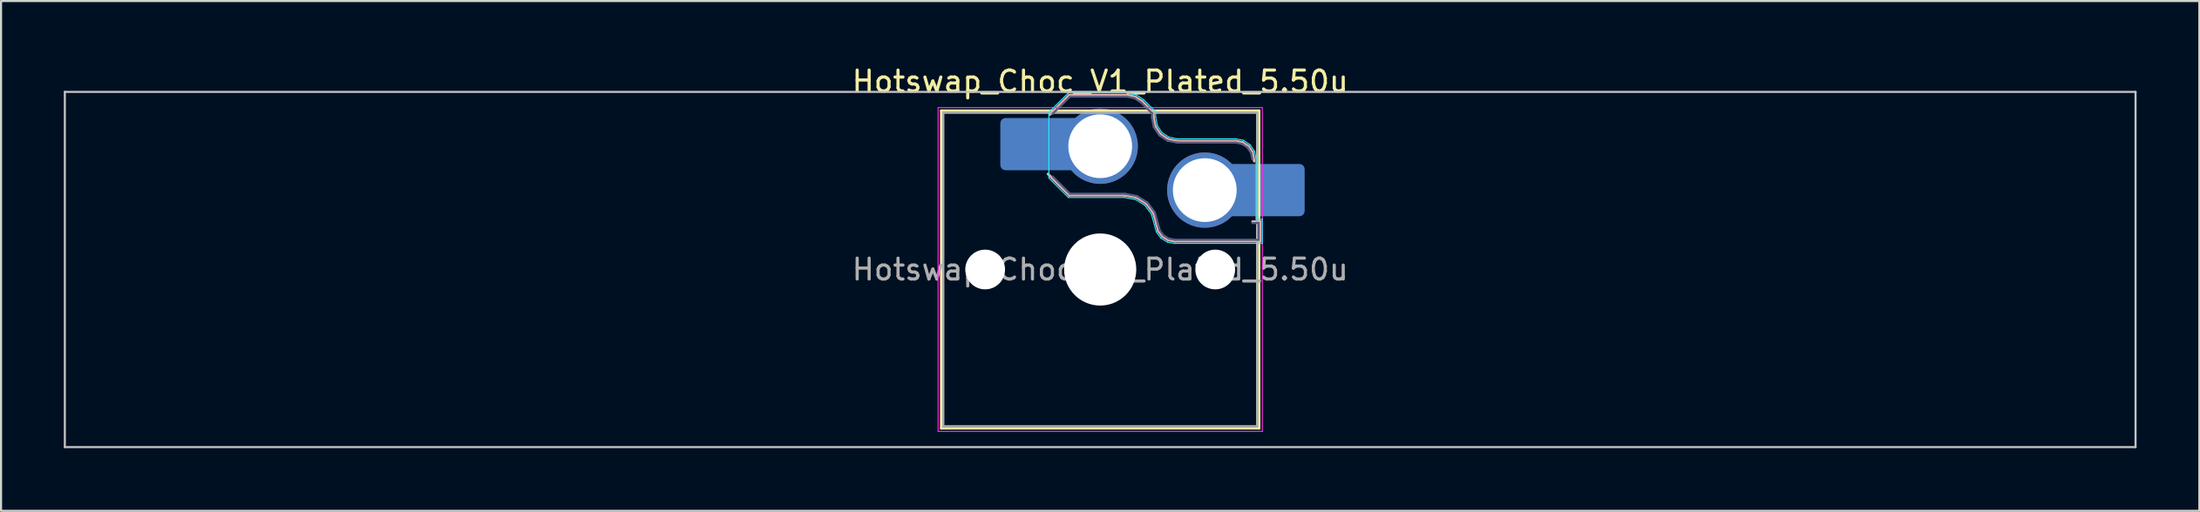
<source format=kicad_pcb>
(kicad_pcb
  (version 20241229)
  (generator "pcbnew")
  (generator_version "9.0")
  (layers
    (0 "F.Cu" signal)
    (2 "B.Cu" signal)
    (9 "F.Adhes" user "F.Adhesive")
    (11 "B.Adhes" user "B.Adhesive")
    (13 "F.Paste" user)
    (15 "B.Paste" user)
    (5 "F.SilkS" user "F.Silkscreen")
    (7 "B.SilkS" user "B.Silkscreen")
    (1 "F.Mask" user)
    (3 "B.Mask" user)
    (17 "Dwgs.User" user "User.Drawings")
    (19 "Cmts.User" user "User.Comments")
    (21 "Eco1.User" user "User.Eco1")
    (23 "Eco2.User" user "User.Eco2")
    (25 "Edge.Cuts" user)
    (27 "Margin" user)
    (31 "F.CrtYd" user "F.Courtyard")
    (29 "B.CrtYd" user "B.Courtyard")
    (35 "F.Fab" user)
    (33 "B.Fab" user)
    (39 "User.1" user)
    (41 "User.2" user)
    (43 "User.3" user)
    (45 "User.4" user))
  (footprint "Hotswap_Choc_V1_Plated_5.50u"
    (layer "F.Cu")
    (at 49.55 9.848)
    (property "Reference" "Hotswap_Choc_V1_Plated_5.50u" (at 0 -9 0) (layer "F.SilkS") (effects (font (size 1 1) (thickness 0.15))))
    (attr smd allow_soldermask_bridges)
    (fp_line (start -7.6 -7.6) (end -7.6 7.6) (stroke (width 0.12) (type solid)) (layer "F.SilkS"))
    (fp_line (start -7.6 7.6) (end 7.6 7.6) (stroke (width 0.12) (type solid)) (layer "F.SilkS"))
    (fp_line (start 7.6 -7.6) (end -7.6 -7.6) (stroke (width 0.12) (type solid)) (layer "F.SilkS"))
    (fp_line (start 7.6 7.6) (end 7.6 -7.6) (stroke (width 0.12) (type solid)) (layer "F.SilkS"))
    (fp_line (start -2.416 -7.409) (end -1.479 -8.346) (stroke (width 0.12) (type solid)) (layer "B.SilkS"))
    (fp_line (start -1.479 -8.346) (end 1.268 -8.346) (stroke (width 0.12) (type solid)) (layer "B.SilkS"))
    (fp_line (start -1.479 -3.554) (end -2.5 -4.575) (stroke (width 0.12) (type solid)) (layer "B.SilkS"))
    (fp_line (start 1.168 -3.554) (end -1.479 -3.554) (stroke (width 0.12) (type solid)) (layer "B.SilkS"))
    (fp_line (start 1.268 -8.346) (end 1.671 -8.266) (stroke (width 0.12) (type solid)) (layer "B.SilkS"))
    (fp_line (start 1.671 -8.266) (end 2.013 -8.037) (stroke (width 0.12) (type solid)) (layer "B.SilkS"))
    (fp_line (start 1.73 -3.449) (end 1.168 -3.554) (stroke (width 0.12) (type solid)) (layer "B.SilkS"))
    (fp_line (start 2.013 -8.037) (end 2.546 -7.504) (stroke (width 0.12) (type solid)) (layer "B.SilkS"))
    (fp_line (start 2.209 -3.15) (end 1.73 -3.449) (stroke (width 0.12) (type solid)) (layer "B.SilkS"))
    (fp_line (start 2.546 -7.504) (end 2.546 -7.282) (stroke (width 0.12) (type solid)) (layer "B.SilkS"))
    (fp_line (start 2.546 -7.282) (end 2.633 -6.844) (stroke (width 0.12) (type solid)) (layer "B.SilkS"))
    (fp_line (start 2.547 -2.697) (end 2.209 -3.15) (stroke (width 0.12) (type solid)) (layer "B.SilkS"))
    (fp_line (start 2.633 -6.844) (end 2.877 -6.477) (stroke (width 0.12) (type solid)) (layer "B.SilkS"))
    (fp_line (start 2.701 -2.139) (end 2.547 -2.697) (stroke (width 0.12) (type solid)) (layer "B.SilkS"))
    (fp_line (start 2.783 -1.841) (end 2.701 -2.139) (stroke (width 0.12) (type solid)) (layer "B.SilkS"))
    (fp_line (start 2.877 -6.477) (end 3.244 -6.233) (stroke (width 0.12) (type solid)) (layer "B.SilkS"))
    (fp_line (start 2.976 -1.583) (end 2.783 -1.841) (stroke (width 0.12) (type solid)) (layer "B.SilkS"))
    (fp_line (start 3.244 -6.233) (end 3.682 -6.146) (stroke (width 0.12) (type solid)) (layer "B.SilkS"))
    (fp_line (start 3.25 -1.413) (end 2.976 -1.583) (stroke (width 0.12) (type solid)) (layer "B.SilkS"))
    (fp_line (start 3.56 -1.354) (end 3.25 -1.413) (stroke (width 0.12) (type solid)) (layer "B.SilkS"))
    (fp_line (start 3.682 -6.146) (end 6.482 -6.146) (stroke (width 0.12) (type solid)) (layer "B.SilkS"))
    (fp_line (start 6.482 -6.146) (end 6.809 -6.081) (stroke (width 0.12) (type solid)) (layer "B.SilkS"))
    (fp_line (start 6.809 -6.081) (end 7.092 -5.892) (stroke (width 0.12) (type solid)) (layer "B.SilkS"))
    (fp_line (start 7.092 -5.892) (end 7.281 -5.609) (stroke (width 0.12) (type solid)) (layer "B.SilkS"))
    (fp_line (start 7.281 -5.609) (end 7.366 -5.182) (stroke (width 0.12) (type solid)) (layer "B.SilkS"))
    (fp_line (start 7.283 -2.296) (end 7.646 -2.296) (stroke (width 0.12) (type solid)) (layer "B.SilkS"))
    (fp_line (start 7.646 -2.296) (end 7.646 -1.354) (stroke (width 0.12) (type solid)) (layer "B.SilkS"))
    (fp_line (start 7.646 -1.354) (end 3.56 -1.354) (stroke (width 0.12) (type solid)) (layer "B.SilkS"))
    (fp_line (start -49.5 -8.5) (end -49.5 8.5) (stroke (width 0.1) (type solid)) (layer "Dwgs.User"))
    (fp_line (start -49.5 8.5) (end 49.5 8.5) (stroke (width 0.1) (type solid)) (layer "Dwgs.User"))
    (fp_line (start 49.5 -8.5) (end -49.5 -8.5) (stroke (width 0.1) (type solid)) (layer "Dwgs.User"))
    (fp_line (start 49.5 8.5) (end 49.5 -8.5) (stroke (width 0.1) (type solid)) (layer "Dwgs.User"))
    (fp_line (start -7.25 -7.25) (end -7.25 7.25) (stroke (width 0.1) (type solid)) (layer "Eco1.User"))
    (fp_line (start -7.25 7.25) (end 7.25 7.25) (stroke (width 0.1) (type solid)) (layer "Eco1.User"))
    (fp_line (start 7.25 -7.25) (end -7.25 -7.25) (stroke (width 0.1) (type solid)) (layer "Eco1.User"))
    (fp_line (start 7.25 7.25) (end 7.25 -7.25) (stroke (width 0.1) (type solid)) (layer "Eco1.User"))
    (fp_line (start -2.452 -7.523) (end -1.523 -8.452) (stroke (width 0.05) (type solid)) (layer "B.CrtYd"))
    (fp_line (start -2.452 -4.377) (end -2.452 -7.523) (stroke (width 0.05) (type solid)) (layer "B.CrtYd"))
    (fp_line (start -1.523 -8.452) (end 1.278 -8.452) (stroke (width 0.05) (type solid)) (layer "B.CrtYd"))
    (fp_line (start -1.523 -3.448) (end -2.452 -4.377) (stroke (width 0.05) (type solid)) (layer "B.CrtYd"))
    (fp_line (start 1.159 -3.448) (end -1.523 -3.448) (stroke (width 0.05) (type solid)) (layer "B.CrtYd"))
    (fp_line (start 1.278 -8.452) (end 1.712 -8.366) (stroke (width 0.05) (type solid)) (layer "B.CrtYd"))
    (fp_line (start 1.691 -3.348) (end 1.159 -3.448) (stroke (width 0.05) (type solid)) (layer "B.CrtYd"))
    (fp_line (start 1.712 -8.366) (end 2.081 -8.119) (stroke (width 0.05) (type solid)) (layer "B.CrtYd"))
    (fp_line (start 2.081 -8.119) (end 2.652 -7.548) (stroke (width 0.05) (type solid)) (layer "B.CrtYd"))
    (fp_line (start 2.136 -3.071) (end 1.691 -3.348) (stroke (width 0.05) (type solid)) (layer "B.CrtYd"))
    (fp_line (start 2.45 -2.65) (end 2.136 -3.071) (stroke (width 0.05) (type solid)) (layer "B.CrtYd"))
    (fp_line (start 2.599 -2.111) (end 2.45 -2.65) (stroke (width 0.05) (type solid)) (layer "B.CrtYd"))
    (fp_line (start 2.652 -7.548) (end 2.652 -7.292) (stroke (width 0.05) (type solid)) (layer "B.CrtYd"))
    (fp_line (start 2.652 -7.292) (end 2.733 -6.885) (stroke (width 0.05) (type solid)) (layer "B.CrtYd"))
    (fp_line (start 2.687 -1.794) (end 2.599 -2.111) (stroke (width 0.05) (type solid)) (layer "B.CrtYd"))
    (fp_line (start 2.733 -6.885) (end 2.953 -6.553) (stroke (width 0.05) (type solid)) (layer "B.CrtYd"))
    (fp_line (start 2.903 -1.503) (end 2.687 -1.794) (stroke (width 0.05) (type solid)) (layer "B.CrtYd"))
    (fp_line (start 2.953 -6.553) (end 3.285 -6.333) (stroke (width 0.05) (type solid)) (layer "B.CrtYd"))
    (fp_line (start 3.211 -1.312) (end 2.903 -1.503) (stroke (width 0.05) (type solid)) (layer "B.CrtYd"))
    (fp_line (start 3.285 -6.333) (end 3.692 -6.252) (stroke (width 0.05) (type solid)) (layer "B.CrtYd"))
    (fp_line (start 3.55 -1.248) (end 3.211 -1.312) (stroke (width 0.05) (type solid)) (layer "B.CrtYd"))
    (fp_line (start 3.692 -6.252) (end 6.492 -6.252) (stroke (width 0.05) (type solid)) (layer "B.CrtYd"))
    (fp_line (start 6.492 -6.252) (end 6.85 -6.181) (stroke (width 0.05) (type solid)) (layer "B.CrtYd"))
    (fp_line (start 6.85 -6.181) (end 7.168 -5.968) (stroke (width 0.05) (type solid)) (layer "B.CrtYd"))
    (fp_line (start 7.168 -5.968) (end 7.381 -5.65) (stroke (width 0.05) (type solid)) (layer "B.CrtYd"))
    (fp_line (start 7.381 -5.65) (end 7.452 -5.292) (stroke (width 0.05) (type solid)) (layer "B.CrtYd"))
    (fp_line (start 7.452 -5.292) (end 7.452 -2.402) (stroke (width 0.05) (type solid)) (layer "B.CrtYd"))
    (fp_line (start 7.452 -2.402) (end 7.752 -2.402) (stroke (width 0.05) (type solid)) (layer "B.CrtYd"))
    (fp_line (start 7.752 -2.402) (end 7.752 -1.248) (stroke (width 0.05) (type solid)) (layer "B.CrtYd"))
    (fp_line (start 7.752 -1.248) (end 3.55 -1.248) (stroke (width 0.05) (type solid)) (layer "B.CrtYd"))
    (fp_line (start -7.75 -7.75) (end -7.75 7.75) (stroke (width 0.05) (type solid)) (layer "F.CrtYd"))
    (fp_line (start -7.75 7.75) (end 7.75 7.75) (stroke (width 0.05) (type solid)) (layer "F.CrtYd"))
    (fp_line (start 7.75 -7.75) (end -7.75 -7.75) (stroke (width 0.05) (type solid)) (layer "F.CrtYd"))
    (fp_line (start 7.75 7.75) (end 7.75 -7.75) (stroke (width 0.05) (type solid)) (layer "F.CrtYd"))
    (fp_line (start -2.275 -7.45) (end -1.45 -8.275) (stroke (width 0.1) (type solid)) (layer "B.Fab"))
    (fp_line (start -1.45 -8.275) (end 1.261 -8.275) (stroke (width 0.1) (type solid)) (layer "B.Fab"))
    (fp_line (start -1.45 -3.625) (end -2.275 -4.45) (stroke (width 0.1) (type solid)) (layer "B.Fab"))
    (fp_line (start 1.175 -3.625) (end -1.45 -3.625) (stroke (width 0.1) (type solid)) (layer "B.Fab"))
    (fp_line (start 1.261 -8.275) (end 1.643 -8.199) (stroke (width 0.1) (type solid)) (layer "B.Fab"))
    (fp_line (start 1.643 -8.199) (end 1.968 -7.982) (stroke (width 0.1) (type solid)) (layer "B.Fab"))
    (fp_line (start 1.756 -3.516) (end 1.175 -3.625) (stroke (width 0.1) (type solid)) (layer "B.Fab"))
    (fp_line (start 1.968 -7.982) (end 2.475 -7.475) (stroke (width 0.1) (type solid)) (layer "B.Fab"))
    (fp_line (start 2.258 -3.203) (end 1.756 -3.516) (stroke (width 0.1) (type solid)) (layer "B.Fab"))
    (fp_line (start 2.475 -7.475) (end 2.475 -7.275) (stroke (width 0.1) (type solid)) (layer "B.Fab"))
    (fp_line (start 2.475 -7.275) (end 2.566 -6.816) (stroke (width 0.1) (type solid)) (layer "B.Fab"))
    (fp_line (start 2.566 -6.816) (end 2.826 -6.426) (stroke (width 0.1) (type solid)) (layer "B.Fab"))
    (fp_line (start 2.612 -2.729) (end 2.258 -3.203) (stroke (width 0.1) (type solid)) (layer "B.Fab"))
    (fp_line (start 2.769 -2.158) (end 2.612 -2.729) (stroke (width 0.1) (type solid)) (layer "B.Fab"))
    (fp_line (start 2.826 -6.426) (end 3.216 -6.166) (stroke (width 0.1) (type solid)) (layer "B.Fab"))
    (fp_line (start 2.848 -1.873) (end 2.769 -2.158) (stroke (width 0.1) (type solid)) (layer "B.Fab"))
    (fp_line (start 3.025 -1.636) (end 2.848 -1.873) (stroke (width 0.1) (type solid)) (layer "B.Fab"))
    (fp_line (start 3.216 -6.166) (end 3.675 -6.075) (stroke (width 0.1) (type solid)) (layer "B.Fab"))
    (fp_line (start 3.276 -1.48) (end 3.025 -1.636) (stroke (width 0.1) (type solid)) (layer "B.Fab"))
    (fp_line (start 3.567 -1.425) (end 3.276 -1.48) (stroke (width 0.1) (type solid)) (layer "B.Fab"))
    (fp_line (start 3.675 -6.075) (end 6.475 -6.075) (stroke (width 0.1) (type solid)) (layer "B.Fab"))
    (fp_line (start 6.475 -6.075) (end 6.781 -6.014) (stroke (width 0.1) (type solid)) (layer "B.Fab"))
    (fp_line (start 6.781 -6.014) (end 7.041 -5.841) (stroke (width 0.1) (type solid)) (layer "B.Fab"))
    (fp_line (start 7.041 -5.841) (end 7.214 -5.581) (stroke (width 0.1) (type solid)) (layer "B.Fab"))
    (fp_line (start 7.214 -5.581) (end 7.275 -5.275) (stroke (width 0.1) (type solid)) (layer "B.Fab"))
    (fp_line (start 7.275 -2.225) (end 7.575 -2.225) (stroke (width 0.1) (type solid)) (layer "B.Fab"))
    (fp_line (start 7.575 -2.225) (end 7.575 -1.425) (stroke (width 0.1) (type solid)) (layer "B.Fab"))
    (fp_line (start 7.575 -1.425) (end 3.567 -1.425) (stroke (width 0.1) (type solid)) (layer "B.Fab"))
    (fp_line (start -7.5 -7.5) (end -7.5 7.5) (stroke (width 0.1) (type solid)) (layer "F.Fab"))
    (fp_line (start -7.5 7.5) (end 7.5 7.5) (stroke (width 0.1) (type solid)) (layer "F.Fab"))
    (fp_line (start 7.5 -7.5) (end -7.5 -7.5) (stroke (width 0.1) (type solid)) (layer "F.Fab"))
    (fp_line (start 7.5 7.5) (end 7.5 -7.5) (stroke (width 0.1) (type solid)) (layer "F.Fab"))
    (fp_text user "${REFERENCE}" (at 0 0 0) (layer "F.Fab") (effects (font (size 1 1) (thickness 0.15))))
    (pad "" np_thru_hole circle (at -5.5 0) (size 1.9 1.9) (drill 1.9) (layers "*.Cu" "*.Mask"))
    (pad "" smd roundrect (at -3.5 -6) (size 2.55 2.5) (layers "B.Mask" "B.Paste") (roundrect_rratio 0.1))
    (pad "" np_thru_hole circle (at 0 0) (size 3.45 3.45) (drill 3.45) (layers "*.Cu" "*.Mask"))
    (pad "" np_thru_hole circle (at 5.5 0) (size 1.9 1.9) (drill 1.9) (layers "*.Cu" "*.Mask"))
    (pad "" smd roundrect (at 8.5 -3.8) (size 2.55 2.5) (layers "B.Mask" "B.Paste") (roundrect_rratio 0.1))
    (pad "1" smd roundrect (at -2.85 -6) (size 3.85 2.5) (layers "B.Cu") (roundrect_rratio 0.1))
    (pad "1" thru_hole circle (at 0 -5.9) (size 3.6 3.6) (drill 3.05) (layers "*.Cu" "*.Mask"))
    (pad "2" thru_hole circle (at 5 -3.8) (size 3.6 3.6) (drill 3.05) (layers "*.Cu" "*.Mask"))
    (pad "2" smd roundrect (at 7.85 -3.8) (size 3.85 2.5) (layers "B.Cu") (roundrect_rratio 0.1)))
  (gr_rect
    (start -3 -3)
    (end 102.1 21.398)
    (stroke (width 0.1) (type default))
    (fill no)
    (layer "Edge.Cuts")))
</source>
